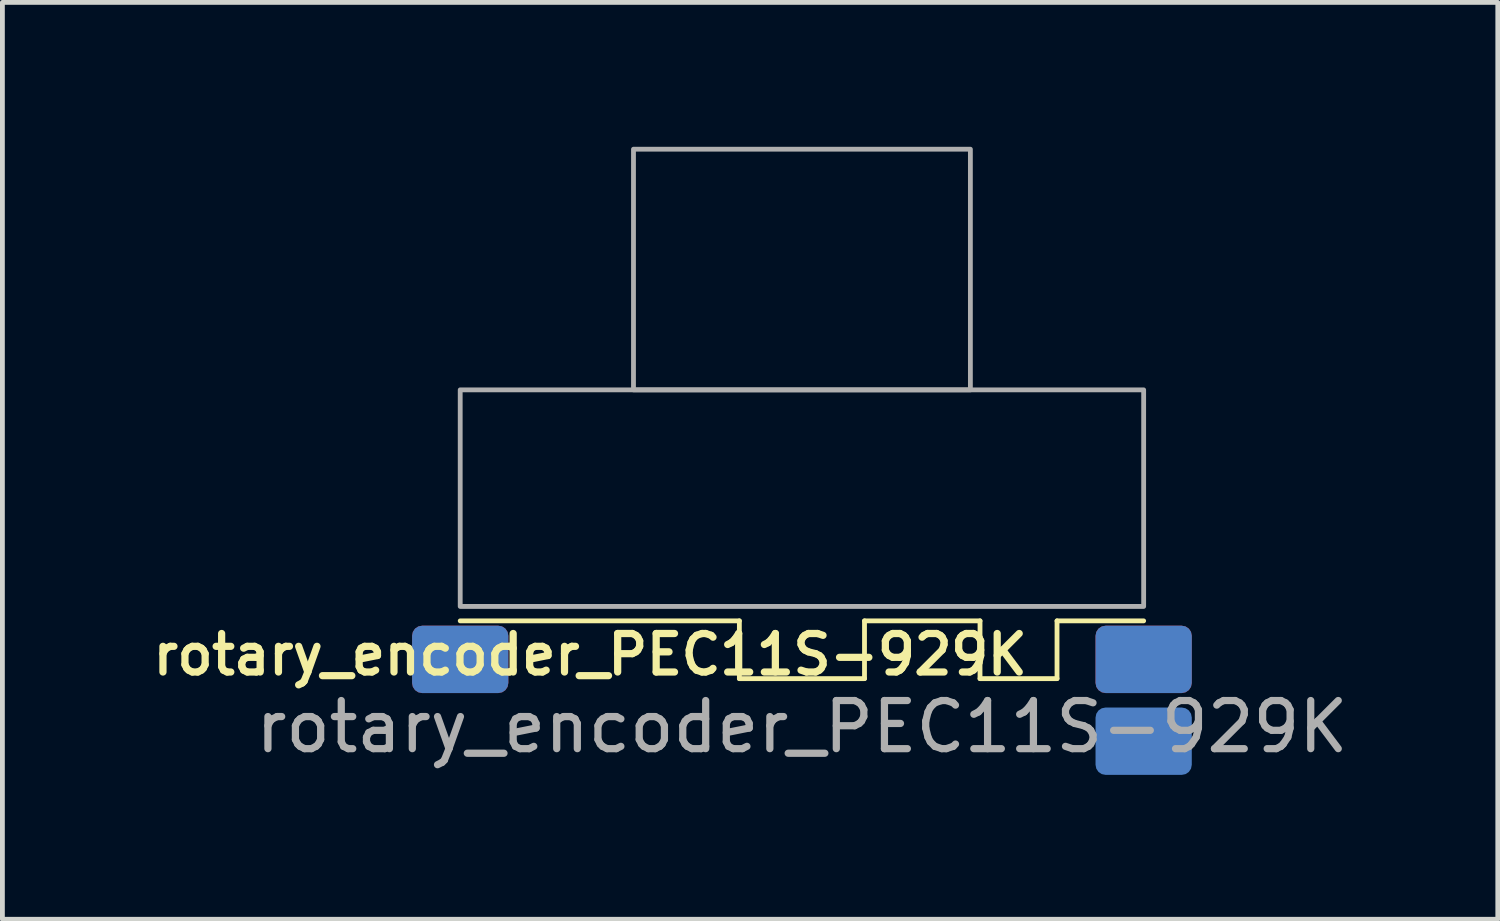
<source format=kicad_pcb>
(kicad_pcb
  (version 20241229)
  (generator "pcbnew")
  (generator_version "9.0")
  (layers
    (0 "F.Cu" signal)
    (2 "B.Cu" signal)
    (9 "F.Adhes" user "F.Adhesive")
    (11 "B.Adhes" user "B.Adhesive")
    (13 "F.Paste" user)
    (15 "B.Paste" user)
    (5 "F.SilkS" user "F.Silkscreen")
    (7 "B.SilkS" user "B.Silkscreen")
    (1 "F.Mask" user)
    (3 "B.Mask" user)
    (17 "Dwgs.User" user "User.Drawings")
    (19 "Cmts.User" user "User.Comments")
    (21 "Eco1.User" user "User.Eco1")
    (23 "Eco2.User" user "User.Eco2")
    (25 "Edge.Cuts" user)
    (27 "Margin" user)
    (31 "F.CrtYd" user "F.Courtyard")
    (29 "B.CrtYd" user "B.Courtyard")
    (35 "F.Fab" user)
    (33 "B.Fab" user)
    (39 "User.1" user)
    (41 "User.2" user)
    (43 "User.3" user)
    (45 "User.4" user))
  (footprint "rotary_encoder_PEC11S-929K"
    (layer "F.Cu")
    (at 13.612 9.55)
    (property "Reference" "rotary_encoder_PEC11S-929K" (at -4.4 1 0) (unlocked yes) (layer "F.SilkS") (effects (font (size 0.8 0.8) (thickness 0.15))))
    (attr smd)
    (fp_line (start -1.3 0.3) (end -7.1 0.3) (stroke (width 0.1) (type default)) (layer "F.SilkS"))
    (fp_line (start -1.3 1.5) (end -1.3 0.3) (stroke (width 0.1) (type default)) (layer "F.SilkS"))
    (fp_line (start 1.3 1.5) (end -1.3 1.5) (stroke (width 0.1) (type default)) (layer "F.SilkS"))
    (fp_line (start 1.3 1.5) (end 1.3 0.3) (stroke (width 0.1) (type default)) (layer "F.SilkS"))
    (fp_line (start 3.7 0.3) (end 1.3 0.3) (stroke (width 0.1) (type default)) (layer "F.SilkS"))
    (fp_line (start 3.7 1.5) (end 3.7 0.3) (stroke (width 0.1) (type default)) (layer "F.SilkS"))
    (fp_line (start 5.3 1.5) (end 3.7 1.5) (stroke (width 0.1) (type default)) (layer "F.SilkS"))
    (fp_line (start 5.3 1.5) (end 5.3 0.3) (stroke (width 0.1) (type default)) (layer "F.SilkS"))
    (fp_line (start 7.1 0.3) (end 5.3 0.3) (stroke (width 0.1) (type default)) (layer "F.SilkS"))
    (fp_rect (start -7.1 -4.5) (end 7.1 0) (stroke (width 0.1) (type default)) (fill no) (layer "F.Fab"))
    (fp_rect (start -3.5 -9.5) (end 3.5 -4.5) (stroke (width 0.1) (type default)) (fill no) (layer "F.Fab"))
    (fp_text user "${REFERENCE}" (at 0 2.5 0) (unlocked yes) (layer "F.Fab") (effects (font (size 1 1) (thickness 0.15))))
    (pad "A" smd roundrect (at 7.1 1.1) (size 2 1.4) (layers "F.Cu" "F.Mask" "F.Paste") (roundrect_rratio 0.15))
    (pad "B" smd roundrect (at 7.1 2.8) (size 2 1.4) (layers "B.Cu" "B.Mask" "B.Paste") (roundrect_rratio 0.15))
    (pad "C" smd roundrect (at 7.1 1.1) (size 2 1.4) (layers "B.Cu" "B.Mask" "B.Paste") (roundrect_rratio 0.15))
    (pad "S1" smd roundrect (at -7.1 1.1) (size 2 1.4) (layers "F.Cu" "F.Mask" "F.Paste") (roundrect_rratio 0.15))
    (pad "S2" smd roundrect (at -7.1 1.1) (size 2 1.4) (layers "B.Cu" "B.Mask" "B.Paste") (roundrect_rratio 0.15)))
  (gr_rect
    (start -3 -3)
    (end 28.07 16.05)
    (stroke (width 0.1) (type default))
    (fill no)
    (layer "Edge.Cuts")))
</source>
